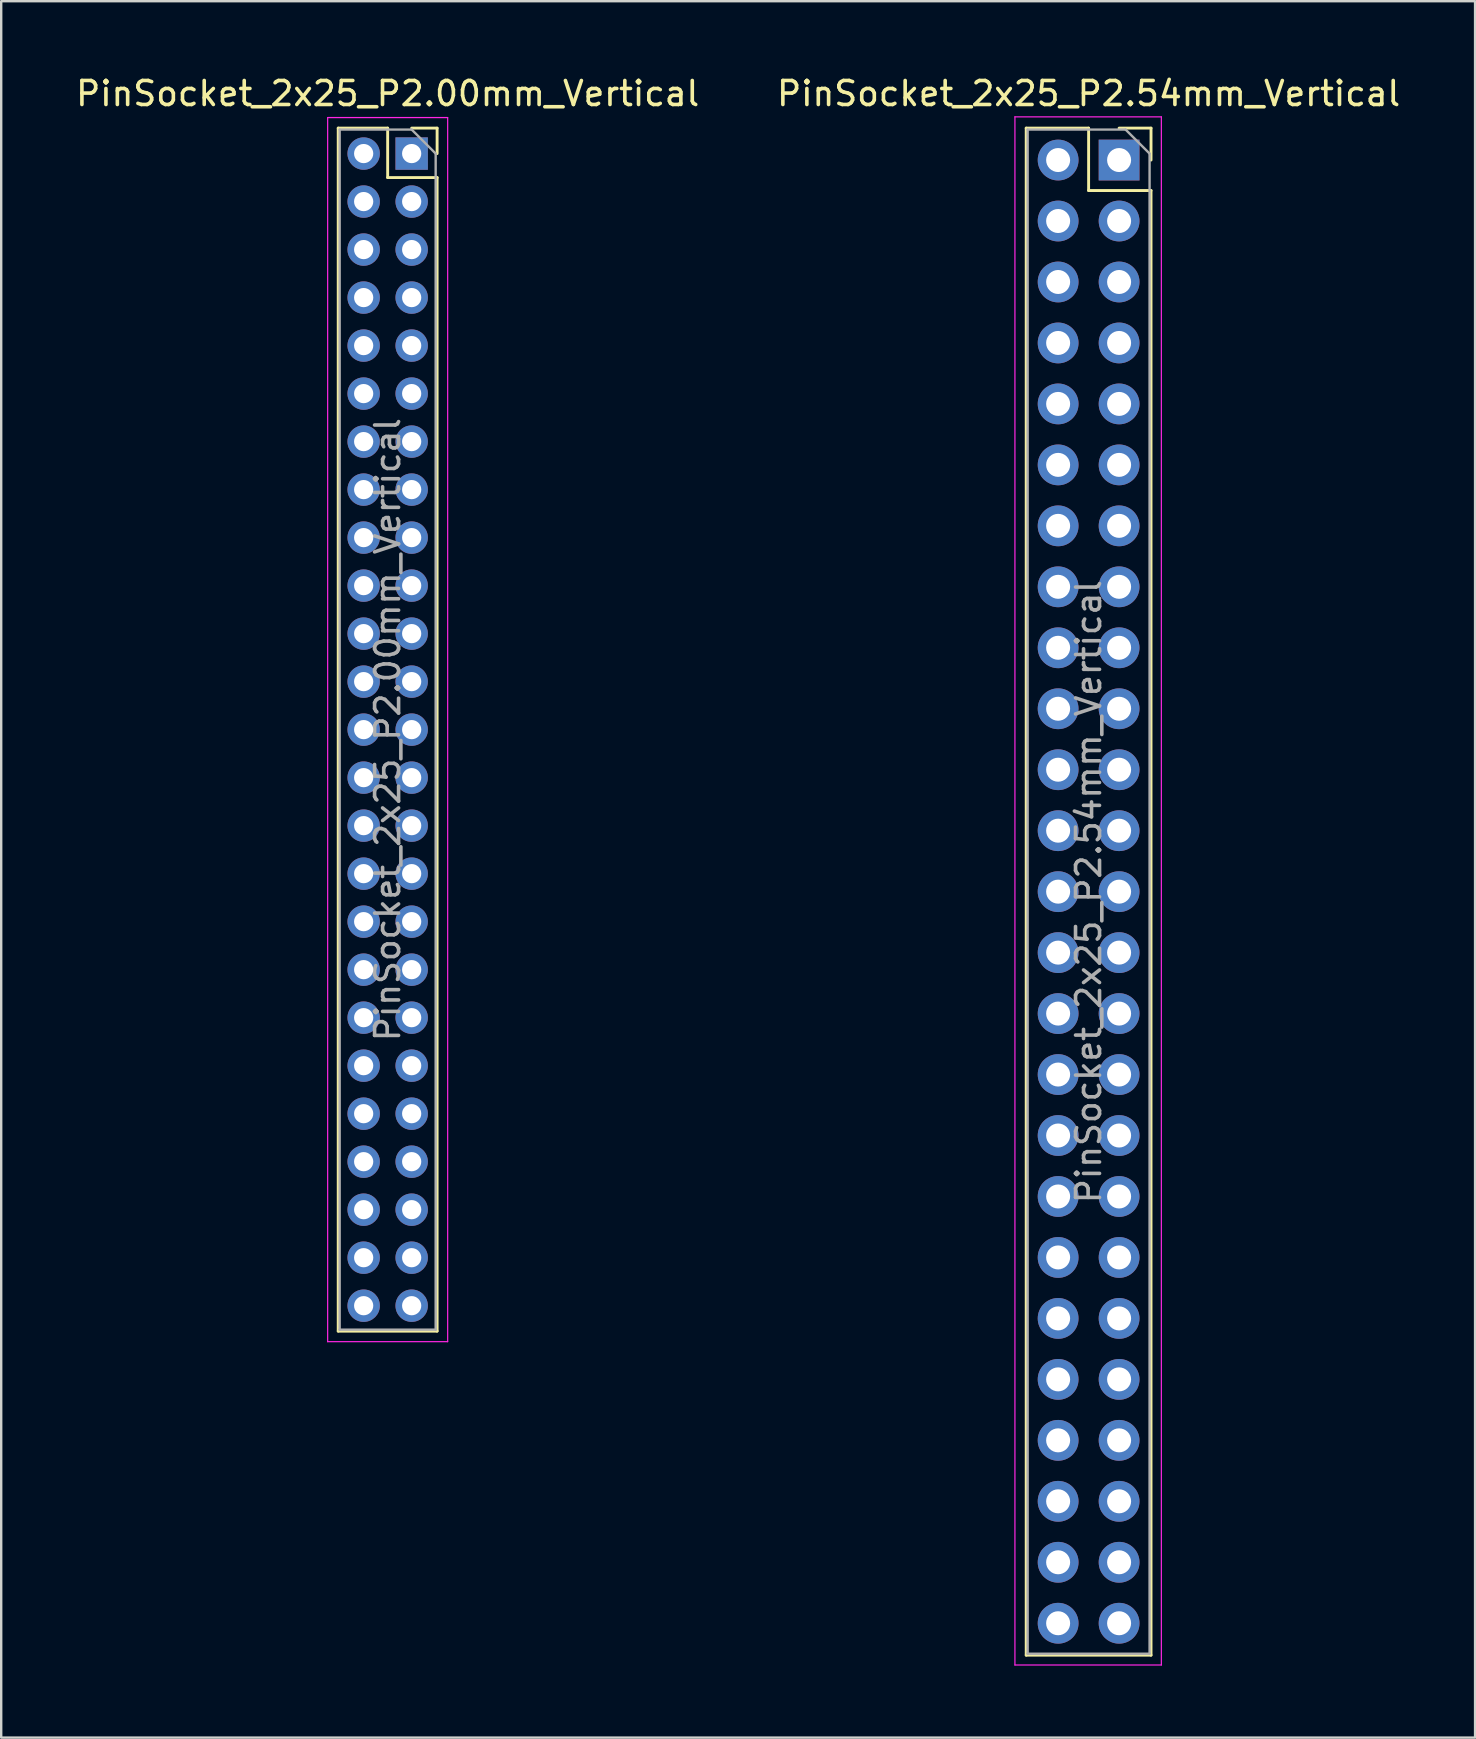
<source format=kicad_pcb>
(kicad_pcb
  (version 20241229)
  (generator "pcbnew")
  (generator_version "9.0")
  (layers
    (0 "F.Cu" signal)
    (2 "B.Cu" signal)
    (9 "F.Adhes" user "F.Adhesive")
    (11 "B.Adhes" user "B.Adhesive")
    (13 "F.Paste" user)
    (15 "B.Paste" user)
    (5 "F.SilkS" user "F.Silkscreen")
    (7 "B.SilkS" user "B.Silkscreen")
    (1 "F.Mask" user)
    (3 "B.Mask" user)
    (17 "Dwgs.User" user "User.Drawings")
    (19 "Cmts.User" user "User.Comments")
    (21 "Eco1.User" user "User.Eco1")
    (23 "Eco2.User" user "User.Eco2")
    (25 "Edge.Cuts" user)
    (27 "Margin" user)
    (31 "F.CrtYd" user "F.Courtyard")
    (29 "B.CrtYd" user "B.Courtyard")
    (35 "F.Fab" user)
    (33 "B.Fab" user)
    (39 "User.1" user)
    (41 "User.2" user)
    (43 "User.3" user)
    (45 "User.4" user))
  (footprint "PinSocket_2x25_P2.54mm_Vertical"
    (layer "F.Cu")
    (at 43.574 3.618)
    (property "Reference" "PinSocket_2x25_P2.54mm_Vertical" (at -1.27 -2.77 0) (layer "F.SilkS") (effects (font (size 1 1) (thickness 0.15))))
    (attr through_hole)
    (fp_line (start -3.87 -1.33) (end -3.87 62.29) (stroke (width 0.12) (type solid)) (layer "F.SilkS"))
    (fp_line (start -3.87 -1.33) (end -1.27 -1.33) (stroke (width 0.12) (type solid)) (layer "F.SilkS"))
    (fp_line (start -3.87 62.29) (end 1.33 62.29) (stroke (width 0.12) (type solid)) (layer "F.SilkS"))
    (fp_line (start -1.27 -1.33) (end -1.27 1.27) (stroke (width 0.12) (type solid)) (layer "F.SilkS"))
    (fp_line (start -1.27 1.27) (end 1.33 1.27) (stroke (width 0.12) (type solid)) (layer "F.SilkS"))
    (fp_line (start 0 -1.33) (end 1.33 -1.33) (stroke (width 0.12) (type solid)) (layer "F.SilkS"))
    (fp_line (start 1.33 -1.33) (end 1.33 0) (stroke (width 0.12) (type solid)) (layer "F.SilkS"))
    (fp_line (start 1.33 1.27) (end 1.33 62.29) (stroke (width 0.12) (type solid)) (layer "F.SilkS"))
    (fp_line (start -4.34 -1.8) (end 1.76 -1.8) (stroke (width 0.05) (type solid)) (layer "F.CrtYd"))
    (fp_line (start -4.34 62.7) (end -4.34 -1.8) (stroke (width 0.05) (type solid)) (layer "F.CrtYd"))
    (fp_line (start 1.76 -1.8) (end 1.76 62.7) (stroke (width 0.05) (type solid)) (layer "F.CrtYd"))
    (fp_line (start 1.76 62.7) (end -4.34 62.7) (stroke (width 0.05) (type solid)) (layer "F.CrtYd"))
    (fp_line (start -3.81 -1.27) (end 0.27 -1.27) (stroke (width 0.1) (type solid)) (layer "F.Fab"))
    (fp_line (start -3.81 62.23) (end -3.81 -1.27) (stroke (width 0.1) (type solid)) (layer "F.Fab"))
    (fp_line (start 0.27 -1.27) (end 1.27 -0.27) (stroke (width 0.1) (type solid)) (layer "F.Fab"))
    (fp_line (start 1.27 -0.27) (end 1.27 62.23) (stroke (width 0.1) (type solid)) (layer "F.Fab"))
    (fp_line (start 1.27 62.23) (end -3.81 62.23) (stroke (width 0.1) (type solid)) (layer "F.Fab"))
    (fp_text user "${REFERENCE}" (at -1.27 30.48 90) (layer "F.Fab") (effects (font (size 1 1) (thickness 0.15))))
    (pad "1" thru_hole rect (at 0 0) (size 1.7 1.7) (drill 1) (layers "*.Cu" "*.Mask"))
    (pad "2" thru_hole oval (at -2.54 0) (size 1.7 1.7) (drill 1) (layers "*.Cu" "*.Mask"))
    (pad "3" thru_hole oval (at 0 2.54) (size 1.7 1.7) (drill 1) (layers "*.Cu" "*.Mask"))
    (pad "4" thru_hole oval (at -2.54 2.54) (size 1.7 1.7) (drill 1) (layers "*.Cu" "*.Mask"))
    (pad "5" thru_hole oval (at 0 5.08) (size 1.7 1.7) (drill 1) (layers "*.Cu" "*.Mask"))
    (pad "6" thru_hole oval (at -2.54 5.08) (size 1.7 1.7) (drill 1) (layers "*.Cu" "*.Mask"))
    (pad "7" thru_hole oval (at 0 7.62) (size 1.7 1.7) (drill 1) (layers "*.Cu" "*.Mask"))
    (pad "8" thru_hole oval (at -2.54 7.62) (size 1.7 1.7) (drill 1) (layers "*.Cu" "*.Mask"))
    (pad "9" thru_hole oval (at 0 10.16) (size 1.7 1.7) (drill 1) (layers "*.Cu" "*.Mask"))
    (pad "10" thru_hole oval (at -2.54 10.16) (size 1.7 1.7) (drill 1) (layers "*.Cu" "*.Mask"))
    (pad "11" thru_hole oval (at 0 12.7) (size 1.7 1.7) (drill 1) (layers "*.Cu" "*.Mask"))
    (pad "12" thru_hole oval (at -2.54 12.7) (size 1.7 1.7) (drill 1) (layers "*.Cu" "*.Mask"))
    (pad "13" thru_hole oval (at 0 15.24) (size 1.7 1.7) (drill 1) (layers "*.Cu" "*.Mask"))
    (pad "14" thru_hole oval (at -2.54 15.24) (size 1.7 1.7) (drill 1) (layers "*.Cu" "*.Mask"))
    (pad "15" thru_hole oval (at 0 17.78) (size 1.7 1.7) (drill 1) (layers "*.Cu" "*.Mask"))
    (pad "16" thru_hole oval (at -2.54 17.78) (size 1.7 1.7) (drill 1) (layers "*.Cu" "*.Mask"))
    (pad "17" thru_hole oval (at 0 20.32) (size 1.7 1.7) (drill 1) (layers "*.Cu" "*.Mask"))
    (pad "18" thru_hole oval (at -2.54 20.32) (size 1.7 1.7) (drill 1) (layers "*.Cu" "*.Mask"))
    (pad "19" thru_hole oval (at 0 22.86) (size 1.7 1.7) (drill 1) (layers "*.Cu" "*.Mask"))
    (pad "20" thru_hole oval (at -2.54 22.86) (size 1.7 1.7) (drill 1) (layers "*.Cu" "*.Mask"))
    (pad "21" thru_hole oval (at 0 25.4) (size 1.7 1.7) (drill 1) (layers "*.Cu" "*.Mask"))
    (pad "22" thru_hole oval (at -2.54 25.4) (size 1.7 1.7) (drill 1) (layers "*.Cu" "*.Mask"))
    (pad "23" thru_hole oval (at 0 27.94) (size 1.7 1.7) (drill 1) (layers "*.Cu" "*.Mask"))
    (pad "24" thru_hole oval (at -2.54 27.94) (size 1.7 1.7) (drill 1) (layers "*.Cu" "*.Mask"))
    (pad "25" thru_hole oval (at 0 30.48) (size 1.7 1.7) (drill 1) (layers "*.Cu" "*.Mask"))
    (pad "26" thru_hole oval (at -2.54 30.48) (size 1.7 1.7) (drill 1) (layers "*.Cu" "*.Mask"))
    (pad "27" thru_hole oval (at 0 33.02) (size 1.7 1.7) (drill 1) (layers "*.Cu" "*.Mask"))
    (pad "28" thru_hole oval (at -2.54 33.02) (size 1.7 1.7) (drill 1) (layers "*.Cu" "*.Mask"))
    (pad "29" thru_hole oval (at 0 35.56) (size 1.7 1.7) (drill 1) (layers "*.Cu" "*.Mask"))
    (pad "30" thru_hole oval (at -2.54 35.56) (size 1.7 1.7) (drill 1) (layers "*.Cu" "*.Mask"))
    (pad "31" thru_hole oval (at 0 38.1) (size 1.7 1.7) (drill 1) (layers "*.Cu" "*.Mask"))
    (pad "32" thru_hole oval (at -2.54 38.1) (size 1.7 1.7) (drill 1) (layers "*.Cu" "*.Mask"))
    (pad "33" thru_hole oval (at 0 40.64) (size 1.7 1.7) (drill 1) (layers "*.Cu" "*.Mask"))
    (pad "34" thru_hole oval (at -2.54 40.64) (size 1.7 1.7) (drill 1) (layers "*.Cu" "*.Mask"))
    (pad "35" thru_hole oval (at 0 43.18) (size 1.7 1.7) (drill 1) (layers "*.Cu" "*.Mask"))
    (pad "36" thru_hole oval (at -2.54 43.18) (size 1.7 1.7) (drill 1) (layers "*.Cu" "*.Mask"))
    (pad "37" thru_hole oval (at 0 45.72) (size 1.7 1.7) (drill 1) (layers "*.Cu" "*.Mask"))
    (pad "38" thru_hole oval (at -2.54 45.72) (size 1.7 1.7) (drill 1) (layers "*.Cu" "*.Mask"))
    (pad "39" thru_hole oval (at 0 48.26) (size 1.7 1.7) (drill 1) (layers "*.Cu" "*.Mask"))
    (pad "40" thru_hole oval (at -2.54 48.26) (size 1.7 1.7) (drill 1) (layers "*.Cu" "*.Mask"))
    (pad "41" thru_hole oval (at 0 50.8) (size 1.7 1.7) (drill 1) (layers "*.Cu" "*.Mask"))
    (pad "42" thru_hole oval (at -2.54 50.8) (size 1.7 1.7) (drill 1) (layers "*.Cu" "*.Mask"))
    (pad "43" thru_hole oval (at 0 53.34) (size 1.7 1.7) (drill 1) (layers "*.Cu" "*.Mask"))
    (pad "44" thru_hole oval (at -2.54 53.34) (size 1.7 1.7) (drill 1) (layers "*.Cu" "*.Mask"))
    (pad "45" thru_hole oval (at 0 55.88) (size 1.7 1.7) (drill 1) (layers "*.Cu" "*.Mask"))
    (pad "46" thru_hole oval (at -2.54 55.88) (size 1.7 1.7) (drill 1) (layers "*.Cu" "*.Mask"))
    (pad "47" thru_hole oval (at 0 58.42) (size 1.7 1.7) (drill 1) (layers "*.Cu" "*.Mask"))
    (pad "48" thru_hole oval (at -2.54 58.42) (size 1.7 1.7) (drill 1) (layers "*.Cu" "*.Mask"))
    (pad "49" thru_hole oval (at 0 60.96) (size 1.7 1.7) (drill 1) (layers "*.Cu" "*.Mask"))
    (pad "50" thru_hole oval (at -2.54 60.96) (size 1.7 1.7) (drill 1) (layers "*.Cu" "*.Mask")))
  (footprint "PinSocket_2x25_P2.00mm_Vertical"
    (layer "F.Cu")
    (at 14.101 3.348)
    (property "Reference" "PinSocket_2x25_P2.00mm_Vertical" (at -1 -2.5 0) (layer "F.SilkS") (effects (font (size 1 1) (thickness 0.15))))
    (attr through_hole)
    (fp_line (start -3.06 -1.06) (end -3.06 49.06) (stroke (width 0.12) (type solid)) (layer "F.SilkS"))
    (fp_line (start -3.06 -1.06) (end -1 -1.06) (stroke (width 0.12) (type solid)) (layer "F.SilkS"))
    (fp_line (start -3.06 49.06) (end 1.06 49.06) (stroke (width 0.12) (type solid)) (layer "F.SilkS"))
    (fp_line (start -1 -1.06) (end -1 1) (stroke (width 0.12) (type solid)) (layer "F.SilkS"))
    (fp_line (start -1 1) (end 1.06 1) (stroke (width 0.12) (type solid)) (layer "F.SilkS"))
    (fp_line (start 0 -1.06) (end 1.06 -1.06) (stroke (width 0.12) (type solid)) (layer "F.SilkS"))
    (fp_line (start 1.06 -1.06) (end 1.06 0) (stroke (width 0.12) (type solid)) (layer "F.SilkS"))
    (fp_line (start 1.06 1) (end 1.06 49.06) (stroke (width 0.12) (type solid)) (layer "F.SilkS"))
    (fp_line (start -3.5 -1.5) (end 1.5 -1.5) (stroke (width 0.05) (type solid)) (layer "F.CrtYd"))
    (fp_line (start -3.5 49.5) (end -3.5 -1.5) (stroke (width 0.05) (type solid)) (layer "F.CrtYd"))
    (fp_line (start 1.5 -1.5) (end 1.5 49.5) (stroke (width 0.05) (type solid)) (layer "F.CrtYd"))
    (fp_line (start 1.5 49.5) (end -3.5 49.5) (stroke (width 0.05) (type solid)) (layer "F.CrtYd"))
    (fp_line (start -3 -1) (end 0 -1) (stroke (width 0.1) (type solid)) (layer "F.Fab"))
    (fp_line (start -3 49) (end -3 -1) (stroke (width 0.1) (type solid)) (layer "F.Fab"))
    (fp_line (start 0 -1) (end 1 0) (stroke (width 0.1) (type solid)) (layer "F.Fab"))
    (fp_line (start 1 0) (end 1 49) (stroke (width 0.1) (type solid)) (layer "F.Fab"))
    (fp_line (start 1 49) (end -3 49) (stroke (width 0.1) (type solid)) (layer "F.Fab"))
    (fp_text user "${REFERENCE}" (at -1 24 90) (layer "F.Fab") (effects (font (size 1 1) (thickness 0.15))))
    (pad "1" thru_hole rect (at 0 0) (size 1.35 1.35) (drill 0.8) (layers "*.Cu" "*.Mask"))
    (pad "2" thru_hole oval (at -2 0) (size 1.35 1.35) (drill 0.8) (layers "*.Cu" "*.Mask"))
    (pad "3" thru_hole oval (at 0 2) (size 1.35 1.35) (drill 0.8) (layers "*.Cu" "*.Mask"))
    (pad "4" thru_hole oval (at -2 2) (size 1.35 1.35) (drill 0.8) (layers "*.Cu" "*.Mask"))
    (pad "5" thru_hole oval (at 0 4) (size 1.35 1.35) (drill 0.8) (layers "*.Cu" "*.Mask"))
    (pad "6" thru_hole oval (at -2 4) (size 1.35 1.35) (drill 0.8) (layers "*.Cu" "*.Mask"))
    (pad "7" thru_hole oval (at 0 6) (size 1.35 1.35) (drill 0.8) (layers "*.Cu" "*.Mask"))
    (pad "8" thru_hole oval (at -2 6) (size 1.35 1.35) (drill 0.8) (layers "*.Cu" "*.Mask"))
    (pad "9" thru_hole oval (at 0 8) (size 1.35 1.35) (drill 0.8) (layers "*.Cu" "*.Mask"))
    (pad "10" thru_hole oval (at -2 8) (size 1.35 1.35) (drill 0.8) (layers "*.Cu" "*.Mask"))
    (pad "11" thru_hole oval (at 0 10) (size 1.35 1.35) (drill 0.8) (layers "*.Cu" "*.Mask"))
    (pad "12" thru_hole oval (at -2 10) (size 1.35 1.35) (drill 0.8) (layers "*.Cu" "*.Mask"))
    (pad "13" thru_hole oval (at 0 12) (size 1.35 1.35) (drill 0.8) (layers "*.Cu" "*.Mask"))
    (pad "14" thru_hole oval (at -2 12) (size 1.35 1.35) (drill 0.8) (layers "*.Cu" "*.Mask"))
    (pad "15" thru_hole oval (at 0 14) (size 1.35 1.35) (drill 0.8) (layers "*.Cu" "*.Mask"))
    (pad "16" thru_hole oval (at -2 14) (size 1.35 1.35) (drill 0.8) (layers "*.Cu" "*.Mask"))
    (pad "17" thru_hole oval (at 0 16) (size 1.35 1.35) (drill 0.8) (layers "*.Cu" "*.Mask"))
    (pad "18" thru_hole oval (at -2 16) (size 1.35 1.35) (drill 0.8) (layers "*.Cu" "*.Mask"))
    (pad "19" thru_hole oval (at 0 18) (size 1.35 1.35) (drill 0.8) (layers "*.Cu" "*.Mask"))
    (pad "20" thru_hole oval (at -2 18) (size 1.35 1.35) (drill 0.8) (layers "*.Cu" "*.Mask"))
    (pad "21" thru_hole oval (at 0 20) (size 1.35 1.35) (drill 0.8) (layers "*.Cu" "*.Mask"))
    (pad "22" thru_hole oval (at -2 20) (size 1.35 1.35) (drill 0.8) (layers "*.Cu" "*.Mask"))
    (pad "23" thru_hole oval (at 0 22) (size 1.35 1.35) (drill 0.8) (layers "*.Cu" "*.Mask"))
    (pad "24" thru_hole oval (at -2 22) (size 1.35 1.35) (drill 0.8) (layers "*.Cu" "*.Mask"))
    (pad "25" thru_hole oval (at 0 24) (size 1.35 1.35) (drill 0.8) (layers "*.Cu" "*.Mask"))
    (pad "26" thru_hole oval (at -2 24) (size 1.35 1.35) (drill 0.8) (layers "*.Cu" "*.Mask"))
    (pad "27" thru_hole oval (at 0 26) (size 1.35 1.35) (drill 0.8) (layers "*.Cu" "*.Mask"))
    (pad "28" thru_hole oval (at -2 26) (size 1.35 1.35) (drill 0.8) (layers "*.Cu" "*.Mask"))
    (pad "29" thru_hole oval (at 0 28) (size 1.35 1.35) (drill 0.8) (layers "*.Cu" "*.Mask"))
    (pad "30" thru_hole oval (at -2 28) (size 1.35 1.35) (drill 0.8) (layers "*.Cu" "*.Mask"))
    (pad "31" thru_hole oval (at 0 30) (size 1.35 1.35) (drill 0.8) (layers "*.Cu" "*.Mask"))
    (pad "32" thru_hole oval (at -2 30) (size 1.35 1.35) (drill 0.8) (layers "*.Cu" "*.Mask"))
    (pad "33" thru_hole oval (at 0 32) (size 1.35 1.35) (drill 0.8) (layers "*.Cu" "*.Mask"))
    (pad "34" thru_hole oval (at -2 32) (size 1.35 1.35) (drill 0.8) (layers "*.Cu" "*.Mask"))
    (pad "35" thru_hole oval (at 0 34) (size 1.35 1.35) (drill 0.8) (layers "*.Cu" "*.Mask"))
    (pad "36" thru_hole oval (at -2 34) (size 1.35 1.35) (drill 0.8) (layers "*.Cu" "*.Mask"))
    (pad "37" thru_hole oval (at 0 36) (size 1.35 1.35) (drill 0.8) (layers "*.Cu" "*.Mask"))
    (pad "38" thru_hole oval (at -2 36) (size 1.35 1.35) (drill 0.8) (layers "*.Cu" "*.Mask"))
    (pad "39" thru_hole oval (at 0 38) (size 1.35 1.35) (drill 0.8) (layers "*.Cu" "*.Mask"))
    (pad "40" thru_hole oval (at -2 38) (size 1.35 1.35) (drill 0.8) (layers "*.Cu" "*.Mask"))
    (pad "41" thru_hole oval (at 0 40) (size 1.35 1.35) (drill 0.8) (layers "*.Cu" "*.Mask"))
    (pad "42" thru_hole oval (at -2 40) (size 1.35 1.35) (drill 0.8) (layers "*.Cu" "*.Mask"))
    (pad "43" thru_hole oval (at 0 42) (size 1.35 1.35) (drill 0.8) (layers "*.Cu" "*.Mask"))
    (pad "44" thru_hole oval (at -2 42) (size 1.35 1.35) (drill 0.8) (layers "*.Cu" "*.Mask"))
    (pad "45" thru_hole oval (at 0 44) (size 1.35 1.35) (drill 0.8) (layers "*.Cu" "*.Mask"))
    (pad "46" thru_hole oval (at -2 44) (size 1.35 1.35) (drill 0.8) (layers "*.Cu" "*.Mask"))
    (pad "47" thru_hole oval (at 0 46) (size 1.35 1.35) (drill 0.8) (layers "*.Cu" "*.Mask"))
    (pad "48" thru_hole oval (at -2 46) (size 1.35 1.35) (drill 0.8) (layers "*.Cu" "*.Mask"))
    (pad "49" thru_hole oval (at 0 48) (size 1.35 1.35) (drill 0.8) (layers "*.Cu" "*.Mask"))
    (pad "50" thru_hole oval (at -2 48) (size 1.35 1.35) (drill 0.8) (layers "*.Cu" "*.Mask")))
  (gr_rect
    (start -3 -3)
    (end 58.405 69.343)
    (stroke (width 0.1) (type default))
    (fill no)
    (layer "Edge.Cuts")))
</source>
